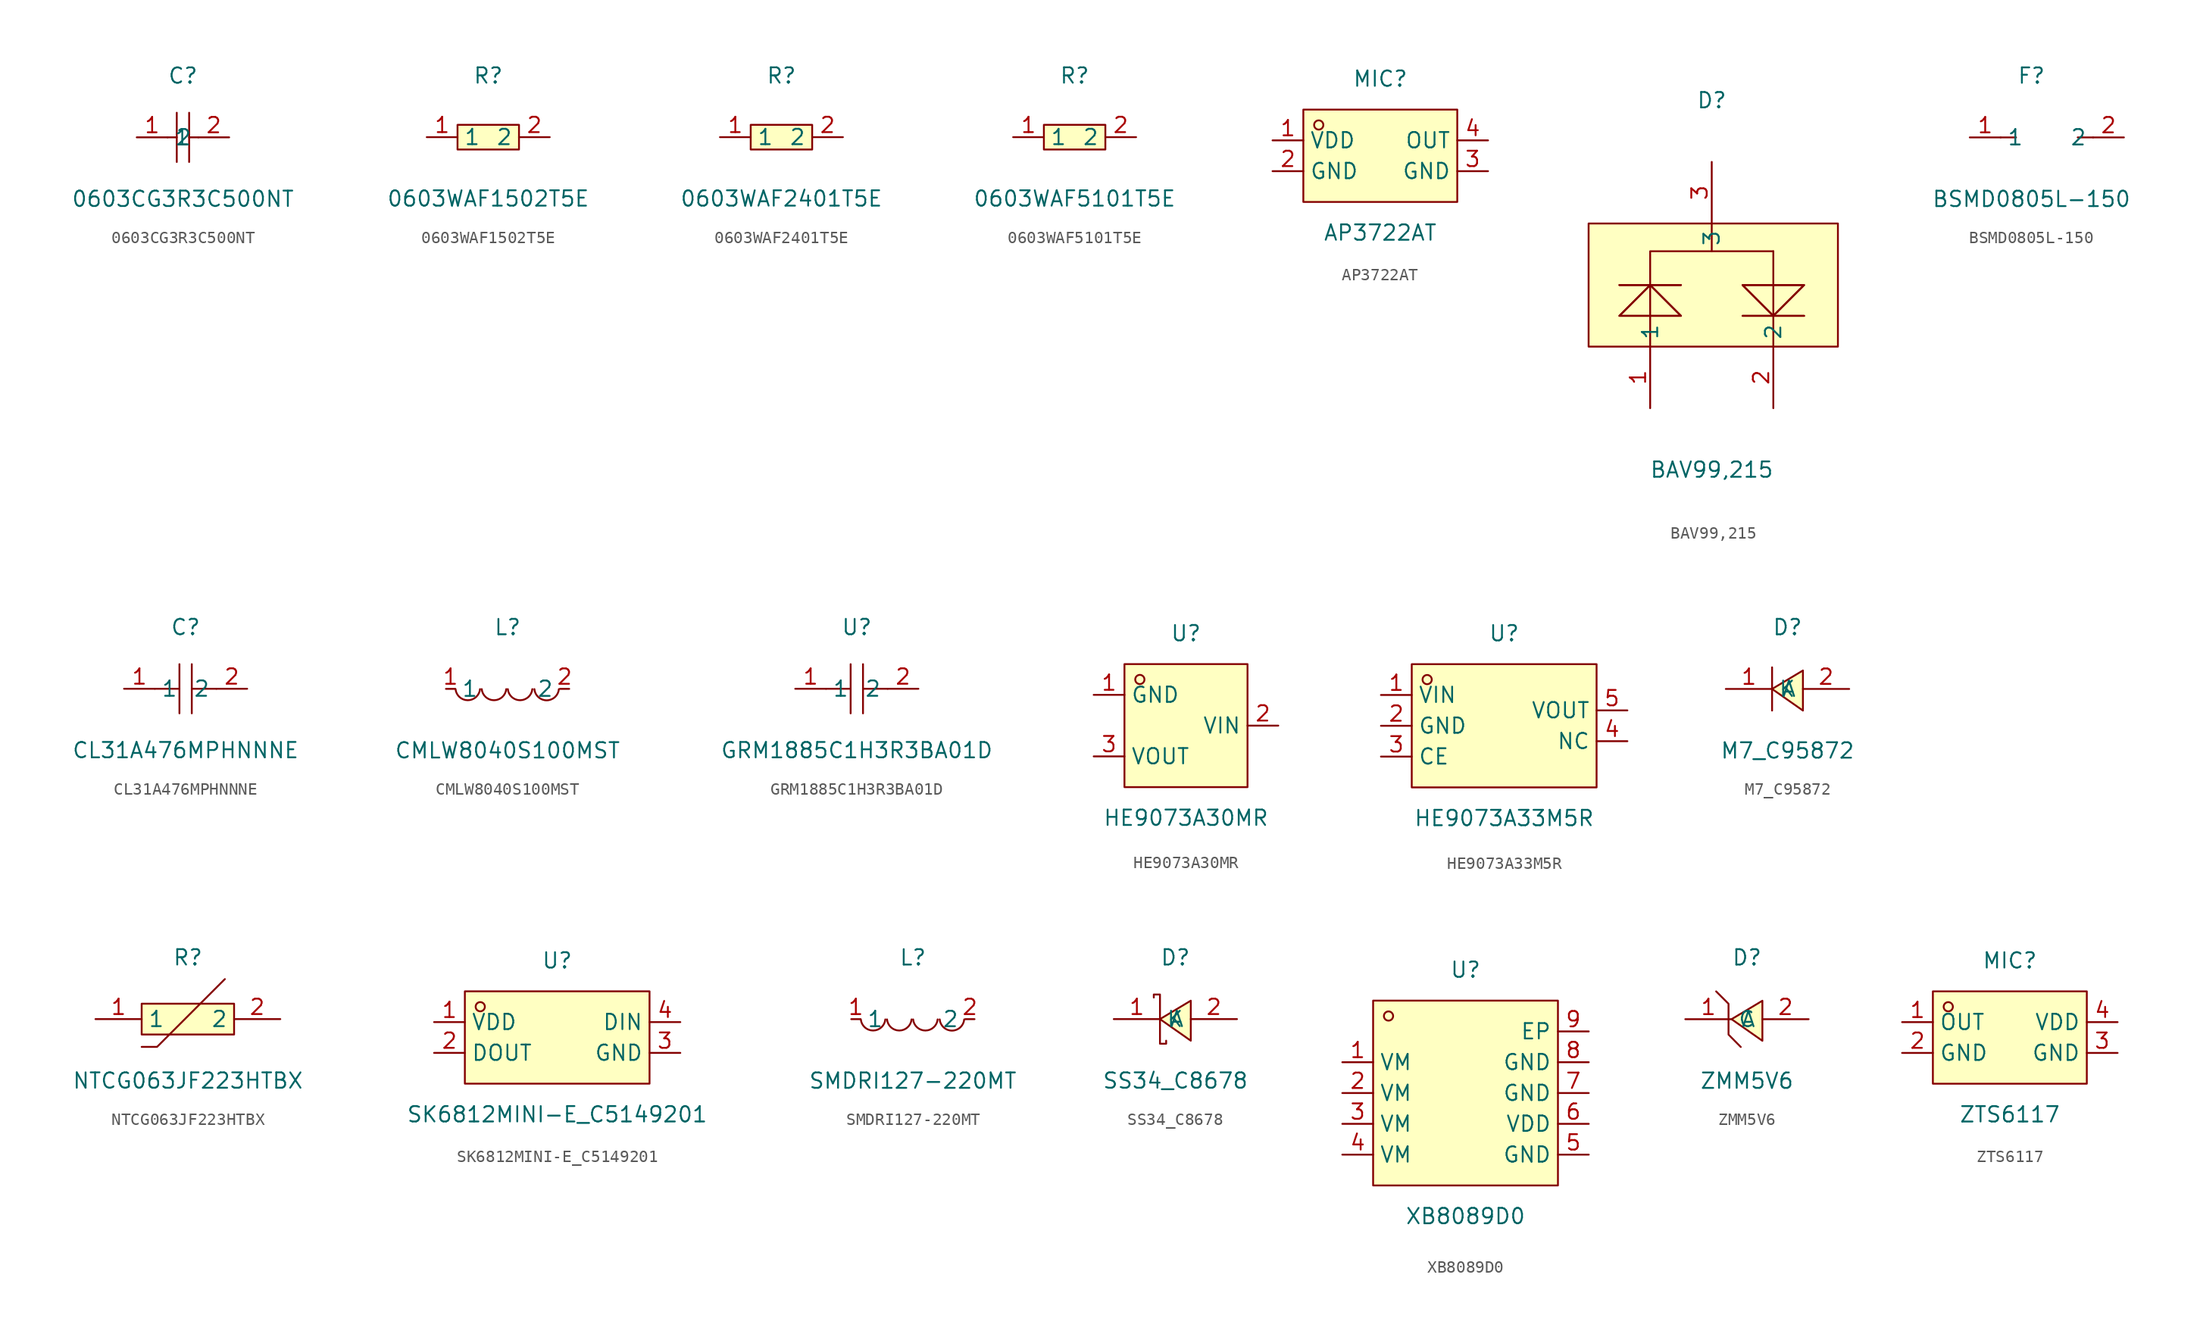
<source format=kicad_sym>
(kicad_symbol_lib
  (version 20211014)
  (generator https://github.com/uPesy/easyeda2kicad.py)
  (symbol "0603CG3R3C500NT"
    (property "Reference" "C"
      (at 0 5.08 0)
      (effects (font (size 1.27 1.27))))
    (property "Value" "0603CG3R3C500NT"
      (at 0 -5.08 0)
      (effects (font (size 1.27 1.27))))
    (symbol "0603CG3R3C500NT_0_1"
      (polyline (pts (xy -0.51 2.03) (xy -0.51 -2.03)) (stroke (width 0) (type default) (color 0 0 0 0)) (fill (type none)))
      (polyline (pts (xy 0.51 2.03) (xy 0.51 -2.03)) (stroke (width 0) (type default) (color 0 0 0 0)) (fill (type none)))
      (polyline (pts (xy -1.27 -0.00) (xy -0.51 -0.00)) (stroke (width 0) (type default) (color 0 0 0 0)) (fill (type none)))
      (polyline (pts (xy 0.51 -0.00) (xy 1.27 -0.00)) (stroke (width 0) (type default) (color 0 0 0 0)) (fill (type none)))
      (pin input line (at -3.81 -0.00 0) (length 2.54) (name "1" (effects (font (size 1.27 1.27)))) (number "1" (effects (font (size 1.27 1.27)))))
      (pin input line (at 3.81 -0.00 180) (length 2.54) (name "2" (effects (font (size 1.27 1.27)))) (number "2" (effects (font (size 1.27 1.27)))))))
  (symbol "0603WAF1502T5E"
    (property "Reference" "R"
      (at 0 5.08 0)
      (effects (font (size 1.27 1.27))))
    (property "Value" "0603WAF1502T5E"
      (at 0 -5.08 0)
      (effects (font (size 1.27 1.27))))
    (symbol "0603WAF1502T5E_0_1"
      (rectangle (start -2.54 1.02) (end 2.54 -1.02) (stroke (width 0) (type default) (color 0 0 0 0)) (fill (type background)))
      (pin input line (at 5.08 -0.00 180) (length 2.54) (name "2" (effects (font (size 1.27 1.27)))) (number "2" (effects (font (size 1.27 1.27)))))
      (pin input line (at -5.08 -0.00 0) (length 2.54) (name "1" (effects (font (size 1.27 1.27)))) (number "1" (effects (font (size 1.27 1.27)))))))
  (symbol "0603WAF2401T5E"
    (property "Reference" "R"
      (at 0 5.08 0)
      (effects (font (size 1.27 1.27))))
    (property "Value" "0603WAF2401T5E"
      (at 0 -5.08 0)
      (effects (font (size 1.27 1.27))))
    (symbol "0603WAF2401T5E_0_1"
      (rectangle (start -2.54 1.02) (end 2.54 -1.02) (stroke (width 0) (type default) (color 0 0 0 0)) (fill (type background)))
      (pin input line (at 5.08 -0.00 180) (length 2.54) (name "2" (effects (font (size 1.27 1.27)))) (number "2" (effects (font (size 1.27 1.27)))))
      (pin input line (at -5.08 -0.00 0) (length 2.54) (name "1" (effects (font (size 1.27 1.27)))) (number "1" (effects (font (size 1.27 1.27)))))))
  (symbol "0603WAF5101T5E"
    (property "Reference" "R"
      (at 0 5.08 0)
      (effects (font (size 1.27 1.27))))
    (property "Value" "0603WAF5101T5E"
      (at 0 -5.08 0)
      (effects (font (size 1.27 1.27))))
    (symbol "0603WAF5101T5E_0_1"
      (rectangle (start -2.54 1.02) (end 2.54 -1.02) (stroke (width 0) (type default) (color 0 0 0 0)) (fill (type background)))
      (pin input line (at 5.08 -0.00 180) (length 2.54) (name "2" (effects (font (size 1.27 1.27)))) (number "2" (effects (font (size 1.27 1.27)))))
      (pin input line (at -5.08 -0.00 0) (length 2.54) (name "1" (effects (font (size 1.27 1.27)))) (number "1" (effects (font (size 1.27 1.27)))))))
  (symbol "AP3722AT"
    (property "Reference" "MIC"
      (at 0 6.35 0)
      (effects (font (size 1.27 1.27))))
    (property "Value" "AP3722AT"
      (at 0 -6.35 0)
      (effects (font (size 1.27 1.27))))
    (symbol "AP3722AT_0_1"
      (rectangle (start -6.35 3.81) (end 6.35 -3.81) (stroke (width 0) (type default) (color 0 0 0 0)) (fill (type background)))
      (circle (center -5.08 2.54) (radius 0.38) (stroke (width 0) (type default) (color 0 0 0 0)) (fill (type none)))
      (pin unspecified line (at -8.89 1.27 0) (length 2.54) (name "VDD" (effects (font (size 1.27 1.27)))) (number "1" (effects (font (size 1.27 1.27)))))
      (pin unspecified line (at -8.89 -1.27 0) (length 2.54) (name "GND" (effects (font (size 1.27 1.27)))) (number "2" (effects (font (size 1.27 1.27)))))
      (pin unspecified line (at 8.89 -1.27 180) (length 2.54) (name "GND" (effects (font (size 1.27 1.27)))) (number "3" (effects (font (size 1.27 1.27)))))
      (pin unspecified line (at 8.89 1.27 180) (length 2.54) (name "OUT" (effects (font (size 1.27 1.27)))) (number "4" (effects (font (size 1.27 1.27)))))))
  (symbol "BAV99,215"
    (property "Reference" "D"
      (at 0 15.24 0)
      (effects (font (size 1.27 1.27))))
    (property "Value" "BAV99,215"
      (at 0 -15.24 0)
      (effects (font (size 1.27 1.27))))
    (symbol "BAV99,215_0_1"
      (rectangle (start -10.16 5.08) (end 10.41 -5.08) (stroke (width 0) (type default) (color 0 0 0 0)) (fill (type background)))
      (polyline (pts (xy 7.62 -2.54) (xy 2.54 -2.54)) (stroke (width 0) (type default) (color 0 0 0 0)) (fill (type none)))
      (polyline (pts (xy -7.62 -0.00) (xy -2.54 -0.00)) (stroke (width 0) (type default) (color 0 0 0 0)) (fill (type none)))
      (polyline (pts (xy -5.08 -5.08) (xy -5.08 2.79) (xy 5.08 2.79)) (stroke (width 0) (type default) (color 0 0 0 0)) (fill (type none)))
      (polyline (pts (xy 5.08 2.79) (xy 5.08 -5.08)) (stroke (width 0) (type default) (color 0 0 0 0)) (fill (type none)))
      (polyline (pts (xy 0.00 5.08) (xy 0.00 2.79)) (stroke (width 0) (type default) (color 0 0 0 0)) (fill (type none)))
      (polyline (pts (xy -7.62 -0.00) (xy -2.54 -0.00)) (stroke (width 0) (type default) (color 0 0 0 0)) (fill (type none)))
      (polyline (pts (xy 7.62 -2.54) (xy 2.54 -2.54)) (stroke (width 0) (type default) (color 0 0 0 0)) (fill (type none)))
      (polyline (pts (xy 2.54 -0.00) (xy 5.08 -2.54) (xy 7.62 -0.00) (xy 2.54 -0.00)) (stroke (width 0) (type default) (color 0 0 0 0)) (fill (type background)))
      (polyline (pts (xy -2.54 -2.54) (xy -5.08 -0.00) (xy -7.62 -2.54) (xy -2.54 -2.54)) (stroke (width 0) (type default) (color 0 0 0 0)) (fill (type background)))
      (polyline (pts (xy -2.54 -2.54) (xy -5.08 -0.00) (xy -7.62 -2.54) (xy -2.54 -2.54)) (stroke (width 0) (type default) (color 0 0 0 0)) (fill (type background)))
      (polyline (pts (xy 2.54 -0.00) (xy 5.08 -2.54) (xy 7.62 -0.00) (xy 2.54 -0.00)) (stroke (width 0) (type default) (color 0 0 0 0)) (fill (type background)))
      (pin input line (at -5.08 -10.16 90) (length 5.08) (name "1" (effects (font (size 1.27 1.27)))) (number "1" (effects (font (size 1.27 1.27)))))
      (pin input line (at 5.08 -10.16 90) (length 5.08) (name "2" (effects (font (size 1.27 1.27)))) (number "2" (effects (font (size 1.27 1.27)))))
      (pin input line (at 0.00 10.16 270) (length 5.08) (name "3" (effects (font (size 1.27 1.27)))) (number "3" (effects (font (size 1.27 1.27)))))))
  (symbol "BSMD0805L-150"
    (property "Reference" "F"
      (at 0 5.08 0)
      (effects (font (size 1.27 1.27))))
    (property "Value" "BSMD0805L-150"
      (at 0 -5.08 0)
      (effects (font (size 1.27 1.27))))
    (symbol "BSMD0805L-150_0_1"
      (polyline (pts (xy -1.27 -0.00)) (stroke (width 0) (type default) (color 0 0 0 0)) (fill (type background)))
      (polyline (pts (xy -2.54 -0.00) (xy -1.27 -0.00)) (stroke (width 0) (type default) (color 0 0 0 0)) (fill (type none)))
      (polyline (pts (xy 3.81 -0.00) (xy 5.08 -0.00)) (stroke (width 0) (type default) (color 0 0 0 0)) (fill (type none)))
      (pin unspecified line (at -5.08 -0.00 0) (length 2.54) (name "1" (effects (font (size 1.27 1.27)))) (number "1" (effects (font (size 1.27 1.27)))))
      (pin unspecified line (at 7.62 -0.00 180) (length 2.54) (name "2" (effects (font (size 1.27 1.27)))) (number "2" (effects (font (size 1.27 1.27)))))))
  (symbol "CL31A476MPHNNNE"
    (property "Reference" "C"
      (at 0 5.08 0)
      (effects (font (size 1.27 1.27))))
    (property "Value" "CL31A476MPHNNNE"
      (at 0 -5.08 0)
      (effects (font (size 1.27 1.27))))
    (symbol "CL31A476MPHNNNE_0_1"
      (polyline (pts (xy -0.51 -2.03) (xy -0.51 2.03)) (stroke (width 0) (type default) (color 0 0 0 0)) (fill (type none)))
      (polyline (pts (xy 2.54 -0.00) (xy 0.51 -0.00)) (stroke (width 0) (type default) (color 0 0 0 0)) (fill (type none)))
      (polyline (pts (xy 0.51 2.03) (xy 0.51 -2.03)) (stroke (width 0) (type default) (color 0 0 0 0)) (fill (type none)))
      (polyline (pts (xy -0.51 -0.00) (xy -2.54 -0.00)) (stroke (width 0) (type default) (color 0 0 0 0)) (fill (type none)))
      (pin unspecified line (at -5.08 -0.00 0) (length 2.54) (name "1" (effects (font (size 1.27 1.27)))) (number "1" (effects (font (size 1.27 1.27)))))
      (pin unspecified line (at 5.08 -0.00 180) (length 2.54) (name "2" (effects (font (size 1.27 1.27)))) (number "2" (effects (font (size 1.27 1.27)))))))
  (symbol "CMLW8040S100MST"
    (property "Reference" "L"
      (at 0 5.08 0)
      (effects (font (size 1.27 1.27))))
    (property "Value" "CMLW8040S100MST"
      (at 0 -5.08 0)
      (effects (font (size 1.27 1.27))))
    (symbol "CMLW8040S100MST_0_1"
      (arc (start -4.29 -0.02) (mid -2.52 -0.79) (end -2.27 -0.02) (stroke (width 0) (type default) (color 0 0 0 0)) (fill (type none)))
      (arc (start -2.13 -0.02) (mid -0.36 -0.79) (end -0.11 -0.02) (stroke (width 0) (type default) (color 0 0 0 0)) (fill (type none)))
      (arc (start 0.02 -0.02) (mid 1.79 -0.79) (end 2.04 -0.02) (stroke (width 0) (type default) (color 0 0 0 0)) (fill (type none)))
      (arc (start 2.21 -0.02) (mid 3.30 -1.12) (end 4.23 -0.02) (stroke (width 0) (type default) (color 0 0 0 0)) (fill (type none)))
      (pin unspecified line (at 5.08 -0.00 180) (length 0.762) (name "2" (effects (font (size 1.27 1.27)))) (number "2" (effects (font (size 1.27 1.27)))))
      (pin unspecified line (at -5.08 -0.00 0) (length 0.762) (name "1" (effects (font (size 1.27 1.27)))) (number "1" (effects (font (size 1.27 1.27)))))))
  (symbol "GRM1885C1H3R3BA01D"
    (property "Reference" "U"
      (at 0 5.08 0)
      (effects (font (size 1.27 1.27))))
    (property "Value" "GRM1885C1H3R3BA01D"
      (at 0 -5.08 0)
      (effects (font (size 1.27 1.27))))
    (symbol "GRM1885C1H3R3BA01D_0_1"
      (polyline (pts (xy -0.51 -2.03) (xy -0.51 2.03)) (stroke (width 0) (type default) (color 0 0 0 0)) (fill (type none)))
      (polyline (pts (xy 2.54 -0.00) (xy 0.51 -0.00)) (stroke (width 0) (type default) (color 0 0 0 0)) (fill (type none)))
      (polyline (pts (xy 0.51 2.03) (xy 0.51 -2.03)) (stroke (width 0) (type default) (color 0 0 0 0)) (fill (type none)))
      (polyline (pts (xy -0.51 -0.00) (xy -2.54 -0.00)) (stroke (width 0) (type default) (color 0 0 0 0)) (fill (type none)))
      (pin unspecified line (at -5.08 -0.00 0) (length 2.54) (name "1" (effects (font (size 1.27 1.27)))) (number "1" (effects (font (size 1.27 1.27)))))
      (pin unspecified line (at 5.08 -0.00 180) (length 2.54) (name "2" (effects (font (size 1.27 1.27)))) (number "2" (effects (font (size 1.27 1.27)))))))
  (symbol "HE9073A30MR"
    (property "Reference" "U"
      (at 0 7.62 0)
      (effects (font (size 1.27 1.27))))
    (property "Value" "HE9073A30MR"
      (at 0 -7.62 0)
      (effects (font (size 1.27 1.27))))
    (symbol "HE9073A30MR_0_1"
      (rectangle (start -5.08 5.08) (end 5.08 -5.08) (stroke (width 0) (type default) (color 0 0 0 0)) (fill (type background)))
      (circle (center -3.81 3.81) (radius 0.38) (stroke (width 0) (type default) (color 0 0 0 0)) (fill (type none)))
      (pin unspecified line (at -7.62 -2.54 0) (length 2.54) (name "VOUT" (effects (font (size 1.27 1.27)))) (number "3" (effects (font (size 1.27 1.27)))))
      (pin unspecified line (at 7.62 -0.00 180) (length 2.54) (name "VIN" (effects (font (size 1.27 1.27)))) (number "2" (effects (font (size 1.27 1.27)))))
      (pin unspecified line (at -7.62 2.54 0) (length 2.54) (name "GND" (effects (font (size 1.27 1.27)))) (number "1" (effects (font (size 1.27 1.27)))))))
  (symbol "HE9073A33M5R"
    (property "Reference" "U"
      (at 0 7.62 0)
      (effects (font (size 1.27 1.27))))
    (property "Value" "HE9073A33M5R"
      (at 0 -7.62 0)
      (effects (font (size 1.27 1.27))))
    (symbol "HE9073A33M5R_0_1"
      (rectangle (start -7.62 5.08) (end 7.62 -5.08) (stroke (width 0) (type default) (color 0 0 0 0)) (fill (type background)))
      (circle (center -6.35 3.81) (radius 0.38) (stroke (width 0) (type default) (color 0 0 0 0)) (fill (type none)))
      (pin unspecified line (at -10.16 2.54 0) (length 2.54) (name "VIN" (effects (font (size 1.27 1.27)))) (number "1" (effects (font (size 1.27 1.27)))))
      (pin unspecified line (at -10.16 -0.00 0) (length 2.54) (name "GND" (effects (font (size 1.27 1.27)))) (number "2" (effects (font (size 1.27 1.27)))))
      (pin unspecified line (at -10.16 -2.54 0) (length 2.54) (name "CE" (effects (font (size 1.27 1.27)))) (number "3" (effects (font (size 1.27 1.27)))))
      (pin unspecified line (at 10.16 -1.27 180) (length 2.54) (name "NC" (effects (font (size 1.27 1.27)))) (number "4" (effects (font (size 1.27 1.27)))))
      (pin unspecified line (at 10.16 1.27 180) (length 2.54) (name "VOUT" (effects (font (size 1.27 1.27)))) (number "5" (effects (font (size 1.27 1.27)))))))
  (symbol "M7_C95872"
    (property "Reference" "D"
      (at 0 5.08 0)
      (effects (font (size 1.27 1.27))))
    (property "Value" "M7_C95872"
      (at 0 -5.08 0)
      (effects (font (size 1.27 1.27))))
    (symbol "M7_C95872_0_1"
      (polyline (pts (xy 1.27 1.52) (xy -1.27 -0.00) (xy 1.27 -1.78) (xy 1.27 1.52)) (stroke (width 0) (type default) (color 0 0 0 0)) (fill (type background)))
      (polyline (pts (xy -1.27 1.78) (xy -1.27 -1.78)) (stroke (width 0) (type default) (color 0 0 0 0)) (fill (type none)))
      (pin unspecified line (at 5.08 -0.00 180) (length 3.81) (name "A" (effects (font (size 1.27 1.27)))) (number "2" (effects (font (size 1.27 1.27)))))
      (pin unspecified line (at -5.08 -0.00 0) (length 3.81) (name "K" (effects (font (size 1.27 1.27)))) (number "1" (effects (font (size 1.27 1.27)))))))
  (symbol "NTCG063JF223HTBX"
    (property "Reference" "R"
      (at 0 5.08 0)
      (effects (font (size 1.27 1.27))))
    (property "Value" "NTCG063JF223HTBX"
      (at 0 -5.08 0)
      (effects (font (size 1.27 1.27))))
    (symbol "NTCG063JF223HTBX_0_1"
      (rectangle (start -3.81 1.27) (end 3.81 -1.27) (stroke (width 0) (type default) (color 0 0 0 0)) (fill (type background)))
      (polyline (pts (xy 3.05 3.30) (xy -2.54 -2.29) (xy -3.81 -2.29)) (stroke (width 0) (type default) (color 0 0 0 0)) (fill (type none)))
      (pin unspecified line (at 7.62 -0.00 180) (length 3.81) (name "2" (effects (font (size 1.27 1.27)))) (number "2" (effects (font (size 1.27 1.27)))))
      (pin unspecified line (at -7.62 -0.00 0) (length 3.81) (name "1" (effects (font (size 1.27 1.27)))) (number "1" (effects (font (size 1.27 1.27)))))))
  (symbol "SK6812MINI-E_C5149201"
    (property "Reference" "U"
      (at 0 7.62 0)
      (effects (font (size 1.27 1.27))))
    (property "Value" "SK6812MINI-E_C5149201"
      (at 0 -5.08 0)
      (effects (font (size 1.27 1.27))))
    (symbol "SK6812MINI-E_C5149201_0_1"
      (rectangle (start -7.62 5.08) (end 7.62 -2.54) (stroke (width 0) (type default) (color 0 0 0 0)) (fill (type background)))
      (circle (center -6.35 3.81) (radius 0.38) (stroke (width 0) (type default) (color 0 0 0 0)) (fill (type none)))
      (pin unspecified line (at 10.16 2.54 180) (length 2.54) (name "DIN" (effects (font (size 1.27 1.27)))) (number "4" (effects (font (size 1.27 1.27)))))
      (pin unspecified line (at 10.16 -0.00 180) (length 2.54) (name "GND" (effects (font (size 1.27 1.27)))) (number "3" (effects (font (size 1.27 1.27)))))
      (pin unspecified line (at -10.16 -0.00 0) (length 2.54) (name "DOUT" (effects (font (size 1.27 1.27)))) (number "2" (effects (font (size 1.27 1.27)))))
      (pin unspecified line (at -10.16 2.54 0) (length 2.54) (name "VDD" (effects (font (size 1.27 1.27)))) (number "1" (effects (font (size 1.27 1.27)))))))
  (symbol "SMDRI127-220MT"
    (property "Reference" "L"
      (at 0 5.08 0)
      (effects (font (size 1.27 1.27))))
    (property "Value" "SMDRI127-220MT"
      (at 0 -5.08 0)
      (effects (font (size 1.27 1.27))))
    (symbol "SMDRI127-220MT_0_1"
      (arc (start -4.29 -0.02) (mid -2.52 -0.79) (end -2.27 -0.02) (stroke (width 0) (type default) (color 0 0 0 0)) (fill (type none)))
      (arc (start -2.13 -0.02) (mid -0.36 -0.79) (end -0.11 -0.02) (stroke (width 0) (type default) (color 0 0 0 0)) (fill (type none)))
      (arc (start 0.02 -0.02) (mid 1.79 -0.79) (end 2.04 -0.02) (stroke (width 0) (type default) (color 0 0 0 0)) (fill (type none)))
      (arc (start 2.21 -0.02) (mid 3.30 -1.12) (end 4.23 -0.02) (stroke (width 0) (type default) (color 0 0 0 0)) (fill (type none)))
      (pin unspecified line (at 5.08 -0.00 180) (length 0.762) (name "2" (effects (font (size 1.27 1.27)))) (number "2" (effects (font (size 1.27 1.27)))))
      (pin unspecified line (at -5.08 -0.00 0) (length 0.762) (name "1" (effects (font (size 1.27 1.27)))) (number "1" (effects (font (size 1.27 1.27)))))))
  (symbol "SS34_C8678"
    (property "Reference" "D"
      (at 0 5.08 0)
      (effects (font (size 1.27 1.27))))
    (property "Value" "SS34_C8678"
      (at 0 -5.08 0)
      (effects (font (size 1.27 1.27))))
    (symbol "SS34_C8678_0_1"
      (polyline (pts (xy 1.27 1.52) (xy -1.27 -0.00) (xy 1.27 -1.78) (xy 1.27 1.52)) (stroke (width 0) (type default) (color 0 0 0 0)) (fill (type background)))
      (polyline (pts (xy -1.27 -0.00) (xy -1.27 -2.03) (xy -0.76 -2.03) (xy -0.76 -1.78)) (stroke (width 0) (type default) (color 0 0 0 0)) (fill (type none)))
      (polyline (pts (xy -1.27 -0.00) (xy -1.27 2.03) (xy -1.78 2.03) (xy -1.78 1.78)) (stroke (width 0) (type default) (color 0 0 0 0)) (fill (type none)))
      (pin unspecified line (at 5.08 -0.00 180) (length 3.81) (name "A" (effects (font (size 1.27 1.27)))) (number "2" (effects (font (size 1.27 1.27)))))
      (pin unspecified line (at -5.08 -0.00 0) (length 3.81) (name "K" (effects (font (size 1.27 1.27)))) (number "1" (effects (font (size 1.27 1.27)))))))
  (symbol "XB8089D0"
    (property "Reference" "U"
      (at 0 10.16 0)
      (effects (font (size 1.27 1.27))))
    (property "Value" "XB8089D0"
      (at 0 -10.16 0)
      (effects (font (size 1.27 1.27))))
    (symbol "XB8089D0_0_1"
      (rectangle (start -7.62 7.62) (end 7.62 -7.62) (stroke (width 0) (type default) (color 0 0 0 0)) (fill (type background)))
      (circle (center -6.35 6.35) (radius 0.38) (stroke (width 0) (type default) (color 0 0 0 0)) (fill (type none)))
      (pin unspecified line (at -10.16 2.54 0) (length 2.54) (name "VM" (effects (font (size 1.27 1.27)))) (number "1" (effects (font (size 1.27 1.27)))))
      (pin unspecified line (at -10.16 -0.00 0) (length 2.54) (name "VM" (effects (font (size 1.27 1.27)))) (number "2" (effects (font (size 1.27 1.27)))))
      (pin unspecified line (at -10.16 -2.54 0) (length 2.54) (name "VM" (effects (font (size 1.27 1.27)))) (number "3" (effects (font (size 1.27 1.27)))))
      (pin unspecified line (at -10.16 -5.08 0) (length 2.54) (name "VM" (effects (font (size 1.27 1.27)))) (number "4" (effects (font (size 1.27 1.27)))))
      (pin unspecified line (at 10.16 -5.08 180) (length 2.54) (name "GND" (effects (font (size 1.27 1.27)))) (number "5" (effects (font (size 1.27 1.27)))))
      (pin unspecified line (at 10.16 -2.54 180) (length 2.54) (name "VDD" (effects (font (size 1.27 1.27)))) (number "6" (effects (font (size 1.27 1.27)))))
      (pin unspecified line (at 10.16 -0.00 180) (length 2.54) (name "GND" (effects (font (size 1.27 1.27)))) (number "7" (effects (font (size 1.27 1.27)))))
      (pin unspecified line (at 10.16 2.54 180) (length 2.54) (name "GND" (effects (font (size 1.27 1.27)))) (number "8" (effects (font (size 1.27 1.27)))))
      (pin unspecified line (at 10.16 5.08 180) (length 2.54) (name "EP" (effects (font (size 1.27 1.27)))) (number "9" (effects (font (size 1.27 1.27)))))))
  (symbol "ZMM5V6"
    (property "Reference" "D"
      (at 0 5.08 0)
      (effects (font (size 1.27 1.27))))
    (property "Value" "ZMM5V6"
      (at 0 -5.08 0)
      (effects (font (size 1.27 1.27))))
    (symbol "ZMM5V6_0_1"
      (polyline (pts (xy 1.27 1.52) (xy -1.27 -0.00) (xy 1.27 -1.78) (xy 1.27 1.52)) (stroke (width 0) (type default) (color 0 0 0 0)) (fill (type background)))
      (polyline (pts (xy -2.54 2.29) (xy -1.52 1.27) (xy -1.52 -1.27) (xy -0.51 -2.29)) (stroke (width 0) (type default) (color 0 0 0 0)) (fill (type none)))
      (pin unspecified line (at 5.08 -0.00 180) (length 3.81) (name "A" (effects (font (size 1.27 1.27)))) (number "2" (effects (font (size 1.27 1.27)))))
      (pin unspecified line (at -5.08 -0.00 0) (length 3.81) (name "C" (effects (font (size 1.27 1.27)))) (number "1" (effects (font (size 1.27 1.27)))))))
  (symbol "ZTS6117"
    (property "Reference" "MIC"
      (at 0 6.35 0)
      (effects (font (size 1.27 1.27))))
    (property "Value" "ZTS6117"
      (at 0 -6.35 0)
      (effects (font (size 1.27 1.27))))
    (symbol "ZTS6117_0_1"
      (rectangle (start -6.35 3.81) (end 6.35 -3.81) (stroke (width 0) (type default) (color 0 0 0 0)) (fill (type background)))
      (circle (center -5.08 2.54) (radius 0.38) (stroke (width 0) (type default) (color 0 0 0 0)) (fill (type none)))
      (pin unspecified line (at -8.89 1.27 0) (length 2.54) (name "OUT" (effects (font (size 1.27 1.27)))) (number "1" (effects (font (size 1.27 1.27)))))
      (pin unspecified line (at -8.89 -1.27 0) (length 2.54) (name "GND" (effects (font (size 1.27 1.27)))) (number "2" (effects (font (size 1.27 1.27)))))
      (pin unspecified line (at 8.89 -1.27 180) (length 2.54) (name "GND" (effects (font (size 1.27 1.27)))) (number "3" (effects (font (size 1.27 1.27)))))
      (pin unspecified line (at 8.89 1.27 180) (length 2.54) (name "VDD" (effects (font (size 1.27 1.27)))) (number "4" (effects (font (size 1.27 1.27))))))))
</source>
